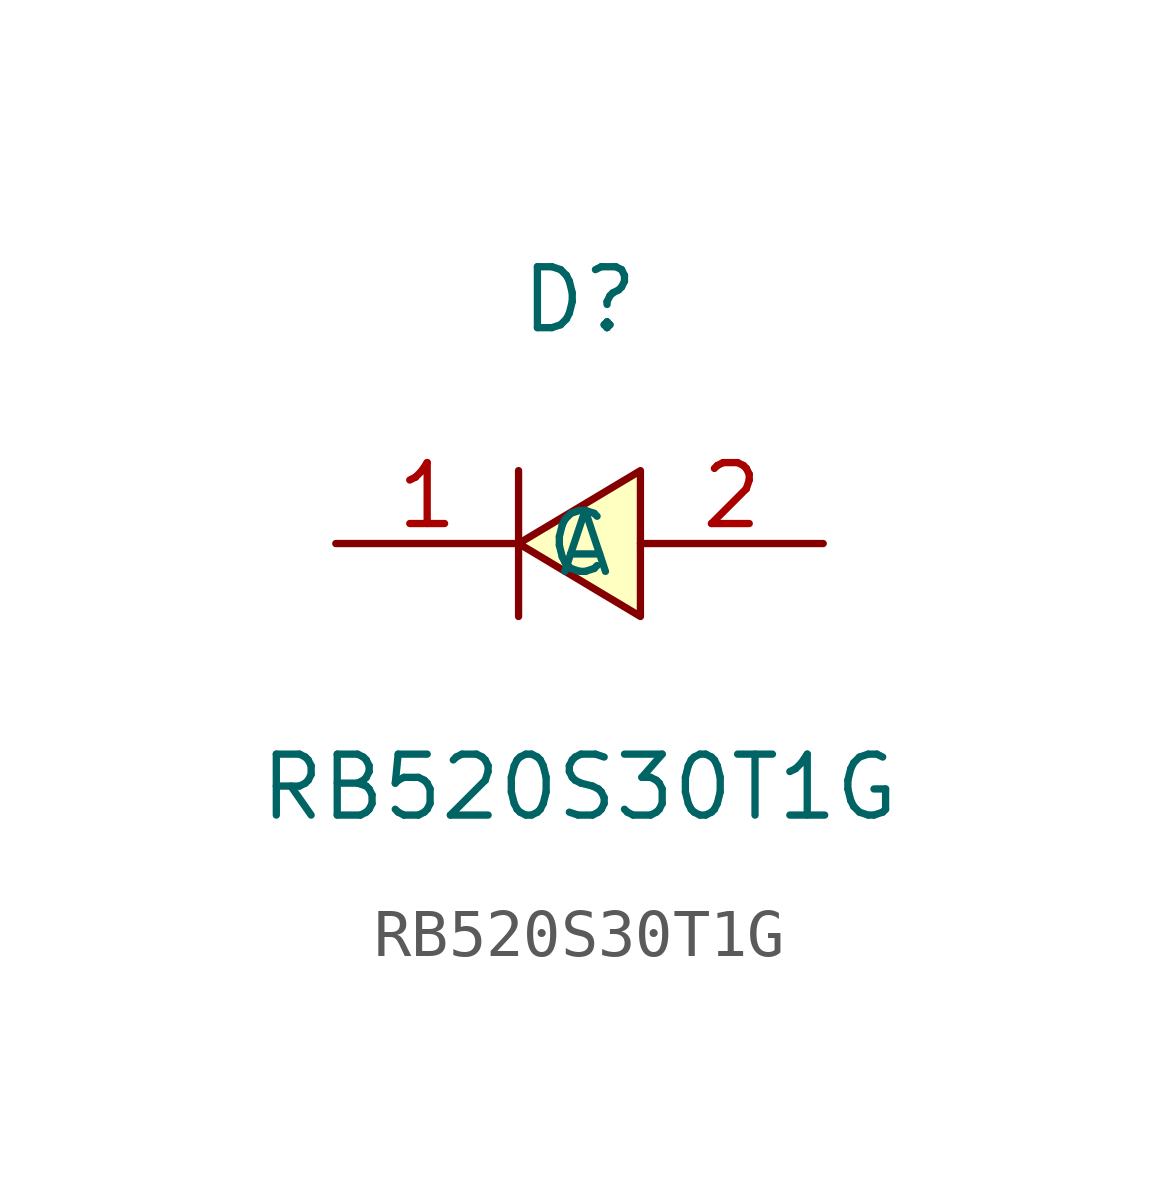
<source format=kicad_sym>
(kicad_symbol_lib
  (version 20211014)
  (generator https://github.com/uPesy/easyeda2kicad.py)
  (symbol "RB520S30T1G"
    (property "Reference" "D"
      (at 0 5.08 0)
      (effects (font (size 1.27 1.27))))
    (property "Value" "RB520S30T1G"
      (at 0 -5.08 0)
      (effects (font (size 1.27 1.27))))
    (symbol "RB520S30T1G_0_1"
      (polyline (pts (xy 1.27 1.52) (xy -1.27 -0.00) (xy 1.27 -1.52) (xy 1.27 1.52)) (stroke (width 0) (type default) (color 0 0 0 0)) (fill (type background)))
      (polyline (pts (xy -1.27 -1.52) (xy -1.27 1.52)) (stroke (width 0) (type default) (color 0 0 0 0)) (fill (type none)))
      (pin unspecified line (at -5.08 -0.00 0) (length 3.81) (name "C" (effects (font (size 1.27 1.27)))) (number "1" (effects (font (size 1.27 1.27)))))
      (pin unspecified line (at 5.08 -0.00 180) (length 3.81) (name "A" (effects (font (size 1.27 1.27)))) (number "2" (effects (font (size 1.27 1.27))))))))
</source>
